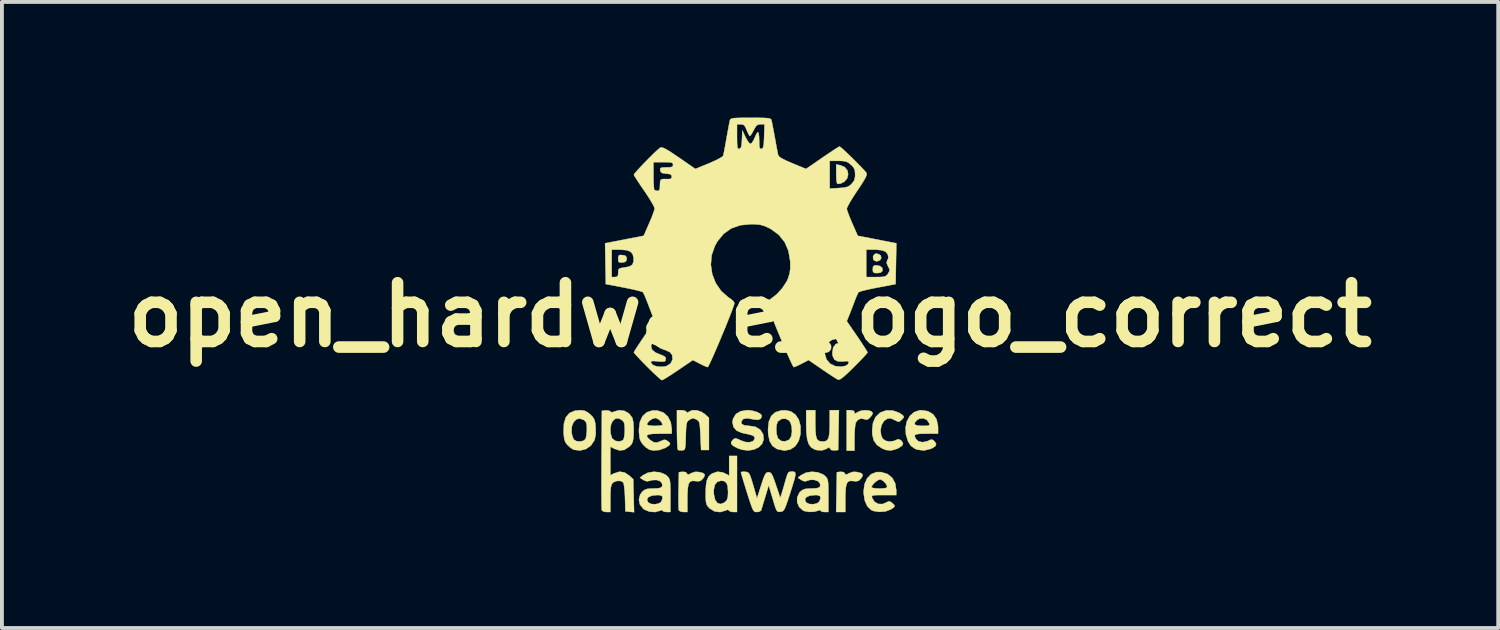
<source format=kicad_pcb>
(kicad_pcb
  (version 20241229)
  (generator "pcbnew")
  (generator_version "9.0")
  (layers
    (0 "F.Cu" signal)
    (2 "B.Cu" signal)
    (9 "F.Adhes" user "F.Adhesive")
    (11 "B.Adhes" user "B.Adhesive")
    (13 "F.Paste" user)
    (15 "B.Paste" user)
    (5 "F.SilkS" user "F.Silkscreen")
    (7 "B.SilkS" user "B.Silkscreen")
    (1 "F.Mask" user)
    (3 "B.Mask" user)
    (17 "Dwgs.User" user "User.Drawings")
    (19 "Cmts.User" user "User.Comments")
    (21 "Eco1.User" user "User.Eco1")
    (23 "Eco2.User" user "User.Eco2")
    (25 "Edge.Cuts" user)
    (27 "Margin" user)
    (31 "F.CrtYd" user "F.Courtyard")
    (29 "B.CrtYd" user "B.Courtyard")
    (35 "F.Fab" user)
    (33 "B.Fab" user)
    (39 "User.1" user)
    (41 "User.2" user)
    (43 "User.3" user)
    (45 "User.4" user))
  (footprint "open_hardware_logo_correct"
    (layer "F.Cu")
    (at 16.408 5.119)
    (property "Reference" "open_hardware_logo_correct" (at 0 0 0) (layer "F.SilkS") (effects (font (size 1.524 1.524) (thickness 0.3))))
    (attr through_hole)
    (fp_poly (pts (xy 3.356 -1.567) (xy 3.387 -1.541) (xy 3.405 -1.478) (xy 3.372 -1.421) (xy 3.3 -1.39) (xy 3.28 -1.389) (xy 3.217 -1.412) (xy 3.196 -1.439) (xy 3.19 -1.521) (xy 3.231 -1.578) (xy 3.28 -1.592) (xy 3.356 -1.567)) (stroke (width 0.01) (type solid)) (fill yes) (layer "F.SilkS"))
    (fp_poly (pts (xy -3.31 -1.552) (xy -3.233 -1.535) (xy -3.204 -1.495) (xy -3.2 -1.456) (xy -3.212 -1.396) (xy -3.26 -1.368) (xy -3.31 -1.361) (xy -3.386 -1.359) (xy -3.416 -1.387) (xy -3.421 -1.456) (xy -3.415 -1.528) (xy -3.383 -1.554) (xy -3.31 -1.552)) (stroke (width 0.01) (type solid)) (fill yes) (layer "F.SilkS"))
    (fp_poly (pts (xy 3.377 -1.266) (xy 3.433 -1.213) (xy 3.435 -1.14) (xy 3.434 -1.139) (xy 3.382 -1.095) (xy 3.298 -1.084) (xy 3.22 -1.09) (xy 3.189 -1.121) (xy 3.183 -1.185) (xy 3.192 -1.257) (xy 3.231 -1.284) (xy 3.281 -1.287) (xy 3.377 -1.266)) (stroke (width 0.01) (type solid)) (fill yes) (layer "F.SilkS"))
    (fp_poly (pts (xy 2.345 -3.882) (xy 2.457 -3.833) (xy 2.524 -3.749) (xy 2.545 -3.648) (xy 2.521 -3.546) (xy 2.451 -3.459) (xy 2.351 -3.407) (xy 2.285 -3.399) (xy 2.258 -3.409) (xy 2.247 -3.452) (xy 2.238 -3.543) (xy 2.235 -3.663) (xy 2.235 -3.667) (xy 2.235 -3.903) (xy 2.345 -3.882)) (stroke (width 0.01) (type solid)) (fill yes) (layer "F.SilkS"))
    (fp_poly (pts (xy 2.429 4.079) (xy 2.459 4.111) (xy 2.48 4.144) (xy 2.518 4.136) (xy 2.561 4.109) (xy 2.675 4.071) (xy 2.766 4.075) (xy 2.875 4.102) (xy 2.921 4.139) (xy 2.91 4.196) (xy 2.879 4.242) (xy 2.82 4.301) (xy 2.753 4.318) (xy 2.687 4.311) (xy 2.602 4.305) (xy 2.543 4.326) (xy 2.505 4.383) (xy 2.483 4.484) (xy 2.474 4.638) (xy 2.472 4.765) (xy 2.472 5.114) (xy 2.233 5.114) (xy 2.243 4.597) (xy 2.252 4.081) (xy 2.345 4.07) (xy 2.429 4.079)) (stroke (width 0.01) (type solid)) (fill yes) (layer "F.SilkS"))
    (fp_poly (pts (xy 2.687 2.487) (xy 2.709 2.525) (xy 2.715 2.559) (xy 2.746 2.551) (xy 2.785 2.525) (xy 2.869 2.488) (xy 2.972 2.473) (xy 3.072 2.479) (xy 3.149 2.503) (xy 3.183 2.546) (xy 3.183 2.55) (xy 3.162 2.598) (xy 3.111 2.664) (xy 3.048 2.715) (xy 2.993 2.715) (xy 2.974 2.706) (xy 2.877 2.687) (xy 2.791 2.727) (xy 2.741 2.799) (xy 2.727 2.87) (xy 2.716 2.987) (xy 2.71 3.132) (xy 2.709 3.203) (xy 2.709 3.522) (xy 2.506 3.522) (xy 2.506 2.472) (xy 2.608 2.472) (xy 2.687 2.487)) (stroke (width 0.01) (type solid)) (fill yes) (layer "F.SilkS"))
    (fp_poly (pts (xy -1.669 4.079) (xy -1.639 4.111) (xy -1.618 4.144) (xy -1.58 4.136) (xy -1.537 4.109) (xy -1.423 4.071) (xy -1.332 4.075) (xy -1.223 4.102) (xy -1.176 4.139) (xy -1.187 4.196) (xy -1.219 4.242) (xy -1.278 4.301) (xy -1.345 4.318) (xy -1.411 4.311) (xy -1.496 4.305) (xy -1.555 4.326) (xy -1.593 4.383) (xy -1.615 4.484) (xy -1.624 4.638) (xy -1.626 4.765) (xy -1.626 5.114) (xy -1.728 5.114) (xy -1.806 5.101) (xy -1.848 5.07) (xy -1.853 5.021) (xy -1.857 4.919) (xy -1.858 4.776) (xy -1.856 4.607) (xy -1.855 4.553) (xy -1.846 4.081) (xy -1.752 4.07) (xy -1.669 4.079)) (stroke (width 0.01) (type solid)) (fill yes) (layer "F.SilkS"))
    (fp_poly (pts (xy 1.693 2.813) (xy 1.697 3.003) (xy 1.709 3.135) (xy 1.734 3.219) (xy 1.777 3.265) (xy 1.84 3.283) (xy 1.88 3.285) (xy 1.954 3.277) (xy 2.006 3.245) (xy 2.04 3.181) (xy 2.058 3.074) (xy 2.065 2.914) (xy 2.066 2.813) (xy 2.066 2.472) (xy 2.305 2.472) (xy 2.295 2.989) (xy 2.286 3.505) (xy 2.193 3.516) (xy 2.109 3.506) (xy 2.079 3.474) (xy 2.057 3.44) (xy 2.019 3.451) (xy 1.987 3.472) (xy 1.87 3.515) (xy 1.73 3.507) (xy 1.668 3.487) (xy 1.582 3.434) (xy 1.521 3.349) (xy 1.482 3.223) (xy 1.461 3.048) (xy 1.456 2.853) (xy 1.456 2.472) (xy 1.693 2.472) (xy 1.693 2.813)) (stroke (width 0.01) (type solid)) (fill yes) (layer "F.SilkS"))
    (fp_poly (pts (xy 1.055 2.502) (xy 1.177 2.587) (xy 1.264 2.718) (xy 1.31 2.888) (xy 1.309 3.089) (xy 1.309 3.089) (xy 1.261 3.271) (xy 1.171 3.407) (xy 1.045 3.492) (xy 0.893 3.52) (xy 0.722 3.486) (xy 0.688 3.473) (xy 0.578 3.394) (xy 0.506 3.27) (xy 0.471 3.094) (xy 0.466 2.968) (xy 0.466 2.967) (xy 0.679 2.967) (xy 0.689 3.09) (xy 0.718 3.19) (xy 0.73 3.21) (xy 0.809 3.271) (xy 0.911 3.281) (xy 1.009 3.24) (xy 1.022 3.229) (xy 1.068 3.149) (xy 1.087 3.032) (xy 1.081 2.905) (xy 1.049 2.794) (xy 1.013 2.74) (xy 0.922 2.692) (xy 0.82 2.698) (xy 0.73 2.756) (xy 0.72 2.768) (xy 0.689 2.85) (xy 0.679 2.967) (xy 0.466 2.967) (xy 0.487 2.769) (xy 0.549 2.623) (xy 0.653 2.527) (xy 0.803 2.48) (xy 0.903 2.473) (xy 1.055 2.502)) (stroke (width 0.01) (type solid)) (fill yes) (layer "F.SilkS"))
    (fp_poly (pts (xy 3.702 2.481) (xy 3.864 2.538) (xy 3.944 2.59) (xy 3.987 2.629) (xy 3.986 2.662) (xy 3.938 2.715) (xy 3.936 2.717) (xy 3.881 2.765) (xy 3.836 2.771) (xy 3.769 2.737) (xy 3.763 2.734) (xy 3.653 2.684) (xy 3.567 2.688) (xy 3.481 2.747) (xy 3.47 2.759) (xy 3.409 2.862) (xy 3.385 2.995) (xy 3.401 3.128) (xy 3.439 3.21) (xy 3.515 3.266) (xy 3.624 3.286) (xy 3.738 3.269) (xy 3.792 3.244) (xy 3.851 3.223) (xy 3.907 3.25) (xy 3.927 3.266) (xy 3.969 3.33) (xy 3.947 3.39) (xy 3.861 3.45) (xy 3.803 3.477) (xy 3.657 3.518) (xy 3.523 3.504) (xy 3.423 3.463) (xy 3.289 3.372) (xy 3.208 3.255) (xy 3.171 3.099) (xy 3.167 3.003) (xy 3.189 2.802) (xy 3.255 2.65) (xy 3.368 2.54) (xy 3.388 2.528) (xy 3.536 2.477) (xy 3.702 2.481)) (stroke (width 0.01) (type solid)) (fill yes) (layer "F.SilkS"))
    (fp_poly (pts (xy -1.699 2.483) (xy -1.651 2.511) (xy -1.65 2.515) (xy -1.627 2.54) (xy -1.589 2.515) (xy -1.501 2.474) (xy -1.385 2.475) (xy -1.264 2.514) (xy -1.177 2.571) (xy -1.067 2.67) (xy -1.067 3.505) (xy -1.27 3.505) (xy -1.287 3.134) (xy -1.295 2.971) (xy -1.304 2.862) (xy -1.318 2.793) (xy -1.339 2.753) (xy -1.371 2.725) (xy -1.393 2.713) (xy -1.464 2.682) (xy -1.522 2.692) (xy -1.57 2.72) (xy -1.609 2.749) (xy -1.634 2.784) (xy -1.65 2.839) (xy -1.659 2.928) (xy -1.665 3.065) (xy -1.667 3.141) (xy -1.672 3.302) (xy -1.678 3.407) (xy -1.689 3.469) (xy -1.707 3.499) (xy -1.736 3.512) (xy -1.762 3.515) (xy -1.836 3.514) (xy -1.872 3.501) (xy -1.881 3.46) (xy -1.888 3.364) (xy -1.893 3.226) (xy -1.896 3.057) (xy -1.897 2.975) (xy -1.897 2.472) (xy -1.781 2.472) (xy -1.699 2.483)) (stroke (width 0.01) (type solid)) (fill yes) (layer "F.SilkS"))
    (fp_poly (pts (xy -0.339 5.114) (xy -0.437 5.114) (xy -0.512 5.102) (xy -0.549 5.075) (xy -0.576 5.053) (xy -0.634 5.075) (xy -0.776 5.116) (xy -0.92 5.097) (xy -1.045 5.022) (xy -1.052 5.015) (xy -1.101 4.962) (xy -1.13 4.911) (xy -1.145 4.843) (xy -1.151 4.739) (xy -1.151 4.627) (xy -1.149 4.546) (xy -0.943 4.546) (xy -0.94 4.646) (xy -0.909 4.79) (xy -0.851 4.879) (xy -0.772 4.907) (xy -0.676 4.874) (xy -0.645 4.851) (xy -0.601 4.802) (xy -0.578 4.733) (xy -0.571 4.623) (xy -0.571 4.595) (xy -0.58 4.448) (xy -0.613 4.356) (xy -0.675 4.311) (xy -0.748 4.301) (xy -0.851 4.33) (xy -0.916 4.412) (xy -0.943 4.546) (xy -1.149 4.546) (xy -1.144 4.432) (xy -1.121 4.292) (xy -1.076 4.195) (xy -1.007 4.13) (xy -0.977 4.112) (xy -0.844 4.068) (xy -0.715 4.084) (xy -0.642 4.116) (xy -0.542 4.167) (xy -0.542 3.658) (xy -0.339 3.658) (xy -0.339 5.114)) (stroke (width 0.01) (type solid)) (fill yes) (layer "F.SilkS"))
    (fp_poly (pts (xy -4.297 2.485) (xy -4.205 2.533) (xy -4.145 2.583) (xy -4.077 2.652) (xy -4.038 2.718) (xy -4.017 2.806) (xy -4.006 2.914) (xy -4.003 3.089) (xy -4.028 3.223) (xy -4.041 3.259) (xy -4.129 3.39) (xy -4.257 3.479) (xy -4.406 3.518) (xy -4.56 3.5) (xy -4.589 3.49) (xy -4.658 3.446) (xy -4.735 3.377) (xy -4.741 3.371) (xy -4.787 3.31) (xy -4.815 3.237) (xy -4.831 3.13) (xy -4.837 3.036) (xy -4.631 3.036) (xy -4.629 3.058) (xy -4.607 3.156) (xy -4.576 3.228) (xy -4.571 3.236) (xy -4.501 3.276) (xy -4.407 3.285) (xy -4.318 3.263) (xy -4.268 3.22) (xy -4.249 3.149) (xy -4.236 3.041) (xy -4.233 2.966) (xy -4.237 2.853) (xy -4.255 2.785) (xy -4.294 2.74) (xy -4.319 2.722) (xy -4.419 2.688) (xy -4.509 2.711) (xy -4.58 2.784) (xy -4.624 2.895) (xy -4.631 3.036) (xy -4.837 3.036) (xy -4.837 3.034) (xy -4.829 2.82) (xy -4.78 2.659) (xy -4.688 2.549) (xy -4.551 2.488) (xy -4.404 2.472) (xy -4.297 2.485)) (stroke (width 0.01) (type solid)) (fill yes) (layer "F.SilkS"))
    (fp_poly (pts (xy 4.616 2.499) (xy 4.749 2.579) (xy 4.837 2.706) (xy 4.875 2.879) (xy 4.877 2.928) (xy 4.877 3.082) (xy 4.572 3.082) (xy 4.419 3.084) (xy 4.324 3.094) (xy 4.279 3.115) (xy 4.273 3.154) (xy 4.299 3.213) (xy 4.3 3.216) (xy 4.37 3.281) (xy 4.474 3.303) (xy 4.592 3.279) (xy 4.615 3.269) (xy 4.69 3.236) (xy 4.737 3.24) (xy 4.786 3.281) (xy 4.828 3.346) (xy 4.81 3.402) (xy 4.729 3.456) (xy 4.687 3.475) (xy 4.512 3.518) (xy 4.338 3.495) (xy 4.275 3.471) (xy 4.17 3.394) (xy 4.097 3.278) (xy 4.042 3.097) (xy 4.034 2.92) (xy 4.061 2.799) (xy 4.271 2.799) (xy 4.273 2.844) (xy 4.337 2.87) (xy 4.465 2.879) (xy 4.469 2.879) (xy 4.581 2.876) (xy 4.639 2.867) (xy 4.656 2.845) (xy 4.651 2.819) (xy 4.589 2.726) (xy 4.497 2.682) (xy 4.394 2.691) (xy 4.329 2.732) (xy 4.271 2.799) (xy 4.061 2.799) (xy 4.07 2.758) (xy 4.144 2.622) (xy 4.252 2.525) (xy 4.389 2.476) (xy 4.441 2.472) (xy 4.616 2.499)) (stroke (width 0.01) (type solid)) (fill yes) (layer "F.SilkS"))
    (fp_poly (pts (xy 0.053 2.484) (xy 0.168 2.516) (xy 0.257 2.559) (xy 0.302 2.606) (xy 0.305 2.619) (xy 0.279 2.693) (xy 0.202 2.723) (xy 0.077 2.709) (xy 0.06 2.705) (xy -0.082 2.681) (xy -0.176 2.701) (xy -0.226 2.763) (xy -0.222 2.824) (xy -0.156 2.863) (xy -0.033 2.878) (xy -0.024 2.878) (xy 0.141 2.904) (xy 0.263 2.977) (xy 0.337 3.093) (xy 0.338 3.097) (xy 0.353 3.23) (xy 0.312 3.344) (xy 0.225 3.434) (xy 0.103 3.493) (xy -0.044 3.517) (xy -0.206 3.499) (xy -0.326 3.457) (xy -0.439 3.397) (xy -0.49 3.344) (xy -0.485 3.29) (xy -0.452 3.248) (xy -0.41 3.211) (xy -0.371 3.203) (xy -0.311 3.223) (xy -0.243 3.256) (xy -0.122 3.298) (xy -0.011 3.304) (xy 0.074 3.278) (xy 0.116 3.221) (xy 0.119 3.2) (xy 0.114 3.168) (xy 0.094 3.143) (xy 0.044 3.121) (xy -0.045 3.097) (xy -0.187 3.066) (xy -0.218 3.059) (xy -0.348 3.003) (xy -0.43 2.908) (xy -0.457 2.784) (xy -0.44 2.692) (xy -0.368 2.574) (xy -0.247 2.5) (xy -0.08 2.472) (xy -0.068 2.472) (xy 0.053 2.484)) (stroke (width 0.01) (type solid)) (fill yes) (layer "F.SilkS"))
    (fp_poly (pts (xy -2.401 2.482) (xy -2.248 2.534) (xy -2.131 2.638) (xy -2.057 2.786) (xy -2.032 2.962) (xy -2.032 3.082) (xy -2.354 3.082) (xy -2.524 3.086) (xy -2.631 3.1) (xy -2.677 3.128) (xy -2.668 3.171) (xy -2.607 3.232) (xy -2.586 3.249) (xy -2.496 3.305) (xy -2.415 3.313) (xy -2.313 3.273) (xy -2.306 3.27) (xy -2.232 3.239) (xy -2.177 3.248) (xy -2.139 3.272) (xy -2.082 3.32) (xy -2.076 3.359) (xy -2.124 3.404) (xy -2.197 3.448) (xy -2.346 3.504) (xy -2.501 3.518) (xy -2.608 3.498) (xy -2.699 3.441) (xy -2.79 3.35) (xy -2.85 3.254) (xy -2.851 3.251) (xy -2.869 3.17) (xy -2.881 3.053) (xy -2.883 2.97) (xy -2.867 2.845) (xy -2.675 2.845) (xy -2.645 2.863) (xy -2.564 2.875) (xy -2.472 2.879) (xy -2.365 2.875) (xy -2.291 2.864) (xy -2.269 2.852) (xy -2.297 2.782) (xy -2.362 2.715) (xy -2.439 2.677) (xy -2.457 2.675) (xy -2.536 2.697) (xy -2.614 2.75) (xy -2.667 2.813) (xy -2.675 2.845) (xy -2.867 2.845) (xy -2.858 2.775) (xy -2.789 2.625) (xy -2.678 2.526) (xy -2.53 2.479) (xy -2.401 2.482)) (stroke (width 0.01) (type solid)) (fill yes) (layer "F.SilkS"))
    (fp_poly (pts (xy 3.563 4.126) (xy 3.688 4.226) (xy 3.766 4.372) (xy 3.793 4.554) (xy 3.793 4.674) (xy 3.469 4.674) (xy 3.32 4.674) (xy 3.226 4.678) (xy 3.177 4.688) (xy 3.16 4.707) (xy 3.164 4.738) (xy 3.168 4.75) (xy 3.228 4.848) (xy 3.324 4.903) (xy 3.439 4.907) (xy 3.541 4.863) (xy 3.598 4.835) (xy 3.649 4.852) (xy 3.684 4.877) (xy 3.742 4.93) (xy 3.75 4.969) (xy 3.704 5.012) (xy 3.649 5.047) (xy 3.515 5.097) (xy 3.357 5.111) (xy 3.207 5.088) (xy 3.146 5.063) (xy 3.046 4.971) (xy 2.979 4.827) (xy 2.948 4.639) (xy 2.946 4.58) (xy 2.96 4.469) (xy 3.15 4.469) (xy 3.181 4.489) (xy 3.265 4.501) (xy 3.353 4.504) (xy 3.471 4.5) (xy 3.534 4.487) (xy 3.556 4.46) (xy 3.556 4.453) (xy 3.529 4.386) (xy 3.467 4.317) (xy 3.395 4.272) (xy 3.368 4.267) (xy 3.31 4.291) (xy 3.238 4.346) (xy 3.177 4.412) (xy 3.15 4.467) (xy 3.15 4.469) (xy 2.96 4.469) (xy 2.97 4.389) (xy 3.038 4.237) (xy 3.143 4.131) (xy 3.281 4.078) (xy 3.396 4.077) (xy 3.563 4.126)) (stroke (width 0.01) (type solid)) (fill yes) (layer "F.SilkS"))
    (fp_poly (pts (xy -2.336 4.085) (xy -2.199 4.142) (xy -2.147 4.183) (xy -2.113 4.221) (xy -2.09 4.263) (xy -2.076 4.322) (xy -2.069 4.412) (xy -2.066 4.546) (xy -2.066 4.689) (xy -2.066 5.114) (xy -2.167 5.114) (xy -2.239 5.104) (xy -2.269 5.079) (xy -2.269 5.079) (xy -2.29 5.061) (xy -2.335 5.079) (xy -2.465 5.115) (xy -2.611 5.103) (xy -2.744 5.049) (xy -2.774 5.026) (xy -2.858 4.917) (xy -2.884 4.79) (xy -2.881 4.78) (xy -2.673 4.78) (xy -2.655 4.847) (xy -2.635 4.87) (xy -2.563 4.905) (xy -2.465 4.912) (xy -2.371 4.893) (xy -2.308 4.852) (xy -2.304 4.845) (xy -2.268 4.752) (xy -2.286 4.698) (xy -2.362 4.675) (xy -2.407 4.674) (xy -2.542 4.687) (xy -2.634 4.725) (xy -2.673 4.78) (xy -2.881 4.78) (xy -2.852 4.664) (xy -2.796 4.587) (xy -2.735 4.539) (xy -2.663 4.513) (xy -2.556 4.505) (xy -2.51 4.504) (xy -2.377 4.498) (xy -2.302 4.476) (xy -2.276 4.432) (xy -2.285 4.371) (xy -2.336 4.312) (xy -2.428 4.282) (xy -2.538 4.286) (xy -2.589 4.301) (xy -2.677 4.319) (xy -2.757 4.289) (xy -2.771 4.28) (xy -2.857 4.224) (xy -2.781 4.162) (xy -2.651 4.094) (xy -2.495 4.069) (xy -2.336 4.085)) (stroke (width 0.01) (type solid)) (fill yes) (layer "F.SilkS"))
    (fp_poly (pts (xy 1.761 4.085) (xy 1.899 4.142) (xy 1.951 4.183) (xy 1.985 4.221) (xy 2.008 4.263) (xy 2.022 4.322) (xy 2.029 4.412) (xy 2.032 4.546) (xy 2.032 4.689) (xy 2.032 5.114) (xy 1.93 5.114) (xy 1.859 5.104) (xy 1.829 5.079) (xy 1.829 5.079) (xy 1.808 5.061) (xy 1.763 5.079) (xy 1.665 5.106) (xy 1.538 5.111) (xy 1.42 5.092) (xy 1.372 5.073) (xy 1.272 4.981) (xy 1.221 4.861) (xy 1.222 4.78) (xy 1.424 4.78) (xy 1.443 4.847) (xy 1.463 4.87) (xy 1.535 4.905) (xy 1.633 4.912) (xy 1.727 4.893) (xy 1.79 4.852) (xy 1.794 4.845) (xy 1.83 4.752) (xy 1.812 4.698) (xy 1.736 4.675) (xy 1.691 4.674) (xy 1.556 4.687) (xy 1.464 4.725) (xy 1.424 4.78) (xy 1.222 4.78) (xy 1.223 4.732) (xy 1.279 4.613) (xy 1.302 4.587) (xy 1.363 4.539) (xy 1.435 4.513) (xy 1.542 4.505) (xy 1.588 4.504) (xy 1.721 4.498) (xy 1.796 4.476) (xy 1.822 4.432) (xy 1.812 4.37) (xy 1.763 4.315) (xy 1.675 4.282) (xy 1.573 4.277) (xy 1.491 4.3) (xy 1.424 4.321) (xy 1.354 4.297) (xy 1.329 4.282) (xy 1.241 4.224) (xy 1.317 4.162) (xy 1.447 4.094) (xy 1.603 4.069) (xy 1.761 4.085)) (stroke (width 0.01) (type solid)) (fill yes) (layer "F.SilkS"))
    (fp_poly (pts (xy 1.132 4.067) (xy 1.163 4.08) (xy 1.177 4.113) (xy 1.172 4.175) (xy 1.149 4.274) (xy 1.105 4.419) (xy 1.041 4.619) (xy 1.035 4.64) (xy 0.976 4.82) (xy 0.932 4.945) (xy 0.898 5.027) (xy 0.868 5.074) (xy 0.837 5.097) (xy 0.8 5.106) (xy 0.788 5.107) (xy 0.744 5.109) (xy 0.711 5.098) (xy 0.684 5.062) (xy 0.654 4.99) (xy 0.617 4.87) (xy 0.587 4.768) (xy 0.484 4.42) (xy 0.393 4.724) (xy 0.351 4.862) (xy 0.316 4.978) (xy 0.293 5.054) (xy 0.287 5.072) (xy 0.247 5.102) (xy 0.176 5.114) (xy 0.139 5.112) (xy 0.109 5.099) (xy 0.082 5.066) (xy 0.052 5.003) (xy 0.015 4.901) (xy -0.034 4.751) (xy -0.079 4.611) (xy -0.133 4.436) (xy -0.179 4.285) (xy -0.214 4.168) (xy -0.234 4.098) (xy -0.237 4.083) (xy -0.208 4.07) (xy -0.136 4.07) (xy -0.13 4.07) (xy -0.085 4.076) (xy -0.051 4.089) (xy -0.022 4.12) (xy 0.006 4.178) (xy 0.039 4.275) (xy 0.082 4.419) (xy 0.121 4.555) (xy 0.18 4.758) (xy 0.288 4.42) (xy 0.338 4.267) (xy 0.376 4.169) (xy 0.408 4.112) (xy 0.439 4.087) (xy 0.478 4.081) (xy 0.517 4.087) (xy 0.55 4.115) (xy 0.584 4.174) (xy 0.624 4.277) (xy 0.668 4.403) (xy 0.714 4.54) (xy 0.752 4.651) (xy 0.775 4.723) (xy 0.78 4.741) (xy 0.791 4.722) (xy 0.819 4.638) (xy 0.863 4.491) (xy 0.923 4.282) (xy 0.929 4.259) (xy 0.963 4.15) (xy 0.992 4.092) (xy 1.031 4.068) (xy 1.085 4.064) (xy 1.132 4.067)) (stroke (width 0.01) (type solid)) (fill yes) (layer "F.SilkS"))
    (fp_poly (pts (xy -3.26 2.49) (xy -3.141 2.557) (xy -3.059 2.664) (xy -3.047 2.695) (xy -3.028 2.794) (xy -3.019 2.932) (xy -3.02 3.071) (xy -3.029 3.205) (xy -3.044 3.291) (xy -3.072 3.35) (xy -3.12 3.404) (xy -3.143 3.424) (xy -3.265 3.503) (xy -3.391 3.516) (xy -3.524 3.47) (xy -3.624 3.419) (xy -3.624 4.162) (xy -3.531 4.113) (xy -3.388 4.067) (xy -3.255 4.088) (xy -3.142 4.163) (xy -3.031 4.261) (xy -3.02 4.69) (xy -3.009 5.119) (xy -3.234 5.097) (xy -3.244 4.743) (xy -3.251 4.592) (xy -3.264 4.464) (xy -3.279 4.375) (xy -3.29 4.345) (xy -3.36 4.307) (xy -3.455 4.307) (xy -3.542 4.341) (xy -3.568 4.363) (xy -3.595 4.408) (xy -3.612 4.478) (xy -3.621 4.588) (xy -3.624 4.751) (xy -3.624 4.769) (xy -3.624 5.114) (xy -3.726 5.114) (xy -3.804 5.101) (xy -3.845 5.071) (xy -3.849 5.029) (xy -3.852 4.927) (xy -3.854 4.772) (xy -3.855 4.573) (xy -3.855 4.337) (xy -3.854 4.072) (xy -3.853 3.785) (xy -3.853 3.759) (xy -3.847 2.952) (xy -3.624 2.952) (xy -3.617 3.081) (xy -3.583 3.191) (xy -3.571 3.21) (xy -3.497 3.267) (xy -3.4 3.285) (xy -3.312 3.26) (xy -3.292 3.244) (xy -3.27 3.189) (xy -3.255 3.089) (xy -3.251 2.992) (xy -3.255 2.87) (xy -3.269 2.796) (xy -3.301 2.749) (xy -3.326 2.728) (xy -3.417 2.682) (xy -3.492 2.692) (xy -3.556 2.743) (xy -3.603 2.83) (xy -3.624 2.952) (xy -3.847 2.952) (xy -3.844 2.489) (xy -3.746 2.478) (xy -3.668 2.482) (xy -3.623 2.507) (xy -3.585 2.53) (xy -3.529 2.51) (xy -3.395 2.472) (xy -3.26 2.49)) (stroke (width 0.01) (type solid)) (fill yes) (layer "F.SilkS"))
    (fp_poly (pts (xy 0.217 -5.113) (xy 0.359 -5.11) (xy 0.454 -5.104) (xy 0.511 -5.094) (xy 0.541 -5.078) (xy 0.554 -5.056) (xy 0.554 -5.055) (xy 0.567 -4.999) (xy 0.588 -4.892) (xy 0.615 -4.751) (xy 0.642 -4.606) (xy 0.671 -4.445) (xy 0.697 -4.304) (xy 0.717 -4.198) (xy 0.728 -4.148) (xy 0.754 -4.107) (xy 0.822 -4.06) (xy 0.939 -4.001) (xy 1.098 -3.933) (xy 1.452 -3.787) (xy 1.756 -3.996) (xy 2.066 -3.996) (xy 2.066 -3.277) (xy 2.303 -3.291) (xy 2.437 -3.302) (xy 2.525 -3.322) (xy 2.589 -3.357) (xy 2.633 -3.397) (xy 2.697 -3.478) (xy 2.723 -3.571) (xy 2.726 -3.644) (xy 2.718 -3.752) (xy 2.683 -3.828) (xy 2.616 -3.897) (xy 2.546 -3.953) (xy 2.477 -3.982) (xy 2.384 -3.994) (xy 2.285 -3.996) (xy 2.066 -3.996) (xy 1.756 -3.996) (xy 1.874 -4.078) (xy 2.023 -4.179) (xy 2.152 -4.265) (xy 2.251 -4.329) (xy 2.31 -4.364) (xy 2.321 -4.369) (xy 2.355 -4.346) (xy 2.425 -4.285) (xy 2.52 -4.196) (xy 2.63 -4.091) (xy 2.743 -3.978) (xy 2.85 -3.87) (xy 2.939 -3.776) (xy 3 -3.708) (xy 3.019 -3.682) (xy 3.025 -3.646) (xy 3.009 -3.591) (xy 2.967 -3.509) (xy 2.893 -3.39) (xy 2.784 -3.225) (xy 2.779 -3.218) (xy 2.681 -3.07) (xy 2.599 -2.937) (xy 2.54 -2.831) (xy 2.511 -2.766) (xy 2.509 -2.754) (xy 2.523 -2.698) (xy 2.56 -2.597) (xy 2.612 -2.467) (xy 2.653 -2.372) (xy 2.794 -2.052) (xy 3.116 -1.99) (xy 3.281 -1.958) (xy 3.444 -1.926) (xy 3.578 -1.9) (xy 3.616 -1.893) (xy 3.795 -1.858) (xy 3.785 -1.328) (xy 3.776 -0.799) (xy 3.31 -0.71) (xy 3.139 -0.676) (xy 2.992 -0.643) (xy 2.882 -0.615) (xy 2.822 -0.594) (xy 2.816 -0.59) (xy 2.79 -0.543) (xy 2.751 -0.454) (xy 2.719 -0.373) (xy 2.664 -0.229) (xy 2.605 -0.076) (xy 2.579 -0.011) (xy 2.509 0.163) (xy 2.779 0.555) (xy 2.876 0.698) (xy 2.957 0.822) (xy 3.016 0.915) (xy 3.046 0.967) (xy 3.048 0.973) (xy 3.025 1.006) (xy 2.963 1.076) (xy 2.868 1.176) (xy 2.751 1.295) (xy 2.695 1.352) (xy 2.543 1.5) (xy 2.431 1.601) (xy 2.352 1.661) (xy 2.301 1.683) (xy 2.286 1.681) (xy 2.237 1.654) (xy 2.146 1.597) (xy 2.024 1.517) (xy 1.885 1.423) (xy 1.874 1.415) (xy 1.518 1.171) (xy 1.343 1.263) (xy 1.242 1.313) (xy 1.164 1.346) (xy 1.133 1.355) (xy 1.112 1.325) (xy 1.071 1.242) (xy 1.013 1.116) (xy 0.967 1.011) (xy 1.94 1.011) (xy 1.982 1.154) (xy 1.983 1.156) (xy 2.076 1.265) (xy 2.208 1.329) (xy 2.366 1.343) (xy 2.469 1.325) (xy 2.535 1.287) (xy 2.559 1.245) (xy 2.555 1.211) (xy 2.518 1.199) (xy 2.433 1.206) (xy 2.418 1.208) (xy 2.279 1.207) (xy 2.187 1.158) (xy 2.141 1.059) (xy 2.134 0.977) (xy 2.158 0.842) (xy 2.226 0.755) (xy 2.332 0.721) (xy 2.47 0.744) (xy 2.512 0.76) (xy 2.555 0.76) (xy 2.559 0.717) (xy 2.529 0.652) (xy 2.476 0.623) (xy 2.382 0.611) (xy 2.268 0.616) (xy 2.16 0.637) (xy 2.102 0.659) (xy 2.004 0.745) (xy 1.948 0.869) (xy 1.94 1.011) (xy 0.967 1.011) (xy 0.943 0.957) (xy 0.865 0.776) (xy 0.783 0.581) (xy 0.701 0.383) (xy 0.623 0.192) (xy 0.554 0.019) (xy 0.498 -0.128) (xy 0.459 -0.237) (xy 0.441 -0.299) (xy 0.44 -0.306) (xy 0.467 -0.358) (xy 0.532 -0.412) (xy 0.534 -0.413) (xy 0.69 -0.533) (xy 0.835 -0.692) (xy 0.949 -0.865) (xy 0.986 -0.947) (xy 1.026 -1.077) (xy 1.044 -1.204) (xy 1.043 -1.362) (xy 1.042 -1.389) (xy 0.997 -1.658) (xy 0.982 -1.693) (xy 3.014 -1.693) (xy 3.014 -0.982) (xy 3.267 -0.982) (xy 3.399 -0.984) (xy 3.48 -0.993) (xy 3.53 -1.014) (xy 3.566 -1.052) (xy 3.579 -1.071) (xy 3.615 -1.136) (xy 3.616 -1.188) (xy 3.579 -1.26) (xy 3.578 -1.263) (xy 3.542 -1.35) (xy 3.555 -1.401) (xy 3.588 -1.476) (xy 3.574 -1.566) (xy 3.517 -1.639) (xy 3.515 -1.641) (xy 3.417 -1.677) (xy 3.265 -1.693) (xy 3.227 -1.693) (xy 3.014 -1.693) (xy 0.982 -1.693) (xy 0.897 -1.889) (xy 0.743 -2.08) (xy 0.533 -2.232) (xy 0.48 -2.259) (xy 0.364 -2.31) (xy 0.259 -2.339) (xy 0.135 -2.351) (xy 0.017 -2.353) (xy -0.255 -2.326) (xy -0.487 -2.244) (xy -0.682 -2.107) (xy -0.843 -1.912) (xy -0.913 -1.787) (xy -0.996 -1.55) (xy -1.018 -1.303) (xy -0.982 -1.058) (xy -0.892 -0.827) (xy -0.751 -0.622) (xy -0.563 -0.454) (xy -0.5 -0.413) (xy -0.434 -0.36) (xy -0.406 -0.307) (xy -0.406 -0.306) (xy -0.418 -0.257) (xy -0.453 -0.158) (xy -0.505 -0.019) (xy -0.572 0.149) (xy -0.647 0.336) (xy -0.729 0.533) (xy -0.811 0.729) (xy -0.891 0.915) (xy -0.963 1.08) (xy -1.025 1.215) (xy -1.07 1.309) (xy -1.096 1.353) (xy -1.099 1.355) (xy -1.146 1.34) (xy -1.231 1.302) (xy -1.308 1.263) (xy -1.483 1.172) (xy -1.868 1.433) (xy -2.01 1.528) (xy -2.134 1.608) (xy -2.228 1.665) (xy -2.281 1.692) (xy -2.287 1.694) (xy -2.322 1.671) (xy -2.394 1.608) (xy -2.496 1.514) (xy -2.616 1.397) (xy -2.668 1.346) (xy -2.791 1.221) (xy -2.792 1.22) (xy -2.57 1.22) (xy -2.568 1.244) (xy -2.526 1.296) (xy -2.439 1.331) (xy -2.327 1.347) (xy -2.211 1.338) (xy -2.152 1.321) (xy -2.058 1.255) (xy -2.011 1.156) (xy -2.02 1.047) (xy -2.026 1.033) (xy -2.083 0.964) (xy -2.191 0.915) (xy -2.222 0.906) (xy -2.34 0.859) (xy -2.397 0.807) (xy -2.394 0.759) (xy -2.333 0.729) (xy -2.218 0.727) (xy -2.19 0.731) (xy -2.106 0.741) (xy -2.072 0.729) (xy -2.071 0.69) (xy -2.072 0.689) (xy -2.092 0.652) (xy -2.144 0.63) (xy -2.245 0.618) (xy -2.276 0.616) (xy -2.388 0.614) (xy -2.455 0.625) (xy -2.499 0.657) (xy -2.527 0.695) (xy -2.569 0.804) (xy -2.546 0.897) (xy -2.459 0.974) (xy -2.353 1.019) (xy -2.259 1.056) (xy -2.199 1.093) (xy -2.188 1.112) (xy -2.195 1.183) (xy -2.196 1.19) (xy -2.227 1.211) (xy -2.315 1.213) (xy -2.39 1.206) (xy -2.497 1.196) (xy -2.552 1.199) (xy -2.57 1.22) (xy -2.792 1.22) (xy -2.894 1.112) (xy -2.97 1.029) (xy -3.01 0.98) (xy -3.014 0.972) (xy -2.996 0.937) (xy -2.946 0.856) (xy -2.871 0.742) (xy -2.778 0.604) (xy -2.745 0.555) (xy -2.635 0.392) (xy -2.561 0.274) (xy -2.517 0.191) (xy -2.5 0.134) (xy -2.503 0.093) (xy -2.504 0.09) (xy -2.529 0.026) (xy -2.57 -0.082) (xy -2.621 -0.215) (xy -2.642 -0.271) (xy -2.694 -0.402) (xy -2.739 -0.509) (xy -2.772 -0.577) (xy -2.78 -0.59) (xy -2.823 -0.607) (xy -2.918 -0.633) (xy -3.055 -0.665) (xy -3.22 -0.699) (xy -3.276 -0.71) (xy -3.742 -0.799) (xy -3.745 -0.982) (xy -3.59 -0.982) (xy -3.505 -0.982) (xy -3.447 -0.991) (xy -3.424 -1.033) (xy -3.421 -1.096) (xy -3.416 -1.167) (xy -3.391 -1.203) (xy -3.327 -1.22) (xy -3.268 -1.228) (xy -3.133 -1.254) (xy -3.055 -1.301) (xy -3.022 -1.381) (xy -3.021 -1.469) (xy -3.044 -1.573) (xy -3.102 -1.641) (xy -3.205 -1.679) (xy -3.362 -1.692) (xy -3.395 -1.693) (xy -3.59 -1.693) (xy -3.59 -0.982) (xy -3.745 -0.982) (xy -3.752 -1.328) (xy -3.761 -1.858) (xy -3.582 -1.893) (xy -3.466 -1.915) (xy -3.311 -1.945) (xy -3.144 -1.978) (xy -3.082 -1.99) (xy -2.76 -2.052) (xy -2.619 -2.372) (xy -2.559 -2.513) (xy -2.512 -2.637) (xy -2.482 -2.727) (xy -2.476 -2.76) (xy -2.493 -2.812) (xy -2.544 -2.906) (xy -2.619 -3.031) (xy -2.713 -3.174) (xy -2.743 -3.217) (xy -2.841 -3.36) (xy -2.923 -3.484) (xy -2.982 -3.578) (xy -3.012 -3.63) (xy -3.014 -3.637) (xy -2.991 -3.672) (xy -2.93 -3.743) (xy -2.842 -3.839) (xy -2.736 -3.95) (xy -2.724 -3.962) (xy -2.506 -3.962) (xy -2.506 -3.612) (xy -2.504 -3.465) (xy -2.499 -3.343) (xy -2.49 -3.263) (xy -2.484 -3.24) (xy -2.434 -3.221) (xy -2.399 -3.217) (xy -2.36 -3.229) (xy -2.341 -3.277) (xy -2.337 -3.37) (xy -2.333 -3.462) (xy -2.313 -3.509) (xy -2.258 -3.526) (xy -2.154 -3.524) (xy -2.142 -3.523) (xy -2.065 -3.527) (xy -2.035 -3.556) (xy -2.032 -3.585) (xy -2.044 -3.63) (xy -2.092 -3.654) (xy -2.176 -3.664) (xy -2.27 -3.677) (xy -2.315 -3.705) (xy -2.331 -3.751) (xy -2.331 -3.796) (xy -2.306 -3.818) (xy -2.238 -3.826) (xy -2.17 -3.827) (xy -2.067 -3.83) (xy -2.016 -3.845) (xy -1.999 -3.878) (xy -1.998 -3.895) (xy -2.004 -3.929) (xy -2.031 -3.95) (xy -2.094 -3.959) (xy -2.206 -3.962) (xy -2.252 -3.962) (xy -2.506 -3.962) (xy -2.724 -3.962) (xy -2.624 -4.064) (xy -2.516 -4.171) (xy -2.422 -4.261) (xy -2.353 -4.321) (xy -2.327 -4.34) (xy -2.293 -4.345) (xy -2.238 -4.329) (xy -2.156 -4.286) (xy -2.038 -4.212) (xy -1.876 -4.102) (xy -1.843 -4.08) (xy -1.419 -3.787) (xy -1.065 -3.932) (xy -0.922 -3.995) (xy -0.804 -4.054) (xy -0.724 -4.102) (xy -0.696 -4.13) (xy -0.685 -4.183) (xy -0.664 -4.287) (xy -0.638 -4.427) (xy -0.61 -4.589) (xy -0.58 -4.752) (xy -0.554 -4.894) (xy -0.544 -4.945) (xy -0.339 -4.945) (xy -0.339 -4.62) (xy -0.337 -4.47) (xy -0.332 -4.375) (xy -0.321 -4.325) (xy -0.302 -4.307) (xy -0.279 -4.307) (xy -0.247 -4.326) (xy -0.226 -4.375) (xy -0.215 -4.469) (xy -0.21 -4.553) (xy -0.2 -4.788) (xy -0.118 -4.612) (xy -0.066 -4.517) (xy -0.017 -4.453) (xy 0.011 -4.437) (xy 0.05 -4.466) (xy 0.095 -4.539) (xy 0.117 -4.589) (xy 0.157 -4.678) (xy 0.192 -4.733) (xy 0.206 -4.741) (xy 0.222 -4.71) (xy 0.233 -4.629) (xy 0.237 -4.519) (xy 0.239 -4.399) (xy 0.248 -4.333) (xy 0.268 -4.308) (xy 0.296 -4.307) (xy 0.325 -4.322) (xy 0.344 -4.361) (xy 0.356 -4.438) (xy 0.363 -4.564) (xy 0.365 -4.632) (xy 0.375 -4.945) (xy 0.272 -4.945) (xy 0.204 -4.936) (xy 0.155 -4.898) (xy 0.107 -4.817) (xy 0.094 -4.792) (xy 0.047 -4.705) (xy 0.009 -4.65) (xy -0.004 -4.64) (xy -0.029 -4.668) (xy -0.066 -4.742) (xy -0.086 -4.792) (xy -0.128 -4.886) (xy -0.169 -4.931) (xy -0.228 -4.944) (xy -0.242 -4.945) (xy -0.339 -4.945) (xy -0.544 -4.945) (xy -0.533 -5) (xy -0.521 -5.055) (xy -0.508 -5.077) (xy -0.479 -5.093) (xy -0.422 -5.104) (xy -0.329 -5.11) (xy -0.188 -5.113) (xy 0.01 -5.114) (xy 0.017 -5.114) (xy 0.217 -5.113)) (stroke (width 0.01) (type solid)) (fill yes) (layer "F.SilkS")))
  (gr_rect
    (start -3 -3)
    (end 35.817 13.242)
    (stroke (width 0.1) (type default))
    (fill no)
    (layer "Edge.Cuts")))
</source>
